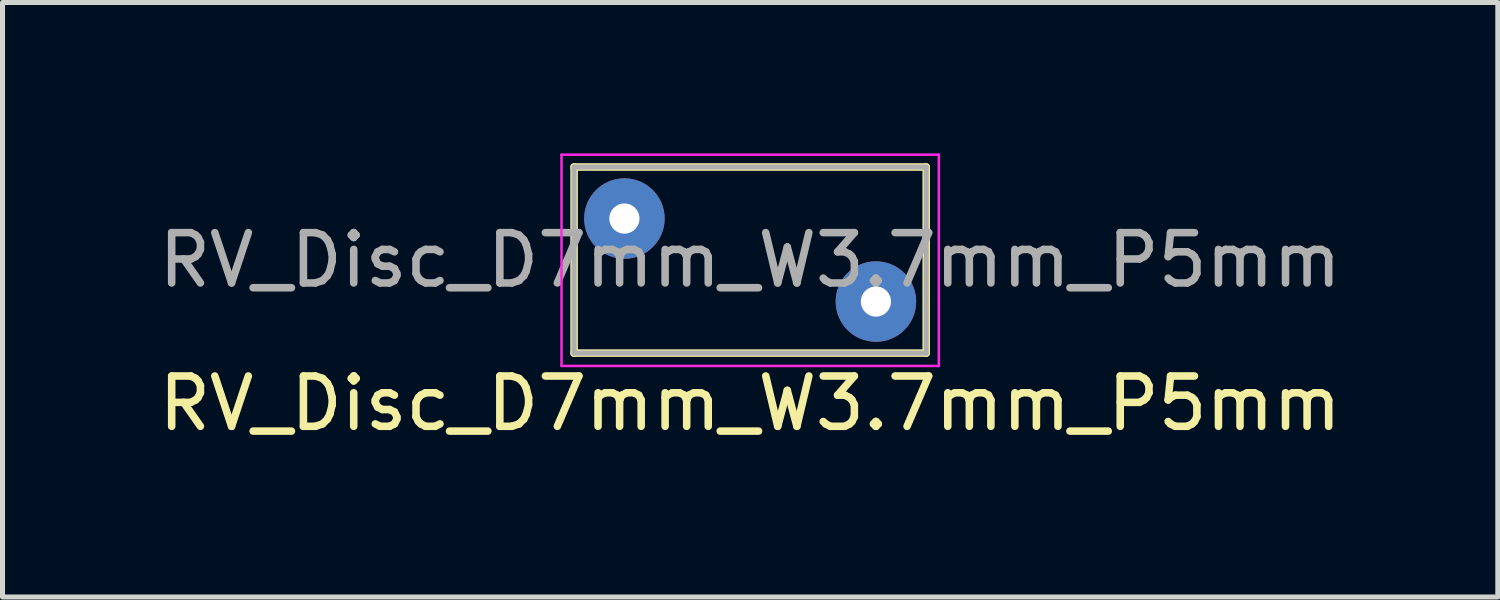
<source format=kicad_pcb>
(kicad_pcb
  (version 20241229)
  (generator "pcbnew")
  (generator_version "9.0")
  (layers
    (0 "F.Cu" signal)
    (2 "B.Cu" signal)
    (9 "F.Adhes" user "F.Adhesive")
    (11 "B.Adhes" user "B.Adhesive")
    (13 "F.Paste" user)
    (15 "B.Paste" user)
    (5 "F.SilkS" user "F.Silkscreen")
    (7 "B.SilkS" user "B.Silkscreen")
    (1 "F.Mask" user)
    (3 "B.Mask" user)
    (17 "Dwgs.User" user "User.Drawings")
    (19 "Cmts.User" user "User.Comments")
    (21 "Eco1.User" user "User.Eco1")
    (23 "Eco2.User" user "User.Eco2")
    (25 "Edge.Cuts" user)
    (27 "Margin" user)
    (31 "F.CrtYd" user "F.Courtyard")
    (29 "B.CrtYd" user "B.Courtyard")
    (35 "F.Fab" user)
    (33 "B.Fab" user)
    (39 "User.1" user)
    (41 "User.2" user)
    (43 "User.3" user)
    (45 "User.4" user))
  (footprint "RV_Disc_D7mm_W3.7mm_P5mm"
    (layer "F.Cu")
    (at 9.363 1.295)
    (property "Reference" "RV_Disc_D7mm_W3.7mm_P5mm" (at 2.5 3.675 0) (layer "F.SilkS") (effects (font (size 1 1) (thickness 0.15))))
    (attr through_hole)
    (fp_line (start -1 -1.025) (end -1 2.675) (stroke (width 0.15) (type solid)) (layer "F.SilkS"))
    (fp_line (start -1 -1.025) (end 6 -1.025) (stroke (width 0.15) (type solid)) (layer "F.SilkS"))
    (fp_line (start -1 2.675) (end 6 2.675) (stroke (width 0.15) (type solid)) (layer "F.SilkS"))
    (fp_line (start 6 -1.025) (end 6 2.675) (stroke (width 0.15) (type solid)) (layer "F.SilkS"))
    (fp_line (start -1.25 -1.27) (end -1.25 2.93) (stroke (width 0.05) (type solid)) (layer "F.CrtYd"))
    (fp_line (start -1.25 -1.27) (end 6.25 -1.27) (stroke (width 0.05) (type solid)) (layer "F.CrtYd"))
    (fp_line (start -1.25 2.93) (end 6.25 2.93) (stroke (width 0.05) (type solid)) (layer "F.CrtYd"))
    (fp_line (start 6.25 -1.27) (end 6.25 2.93) (stroke (width 0.05) (type solid)) (layer "F.CrtYd"))
    (fp_line (start -1 -1.025) (end -1 2.675) (stroke (width 0.1) (type solid)) (layer "F.Fab"))
    (fp_line (start -1 -1.025) (end 6 -1.025) (stroke (width 0.1) (type solid)) (layer "F.Fab"))
    (fp_line (start -1 2.675) (end 6 2.675) (stroke (width 0.1) (type solid)) (layer "F.Fab"))
    (fp_line (start 6 -1.025) (end 6 2.675) (stroke (width 0.1) (type solid)) (layer "F.Fab"))
    (fp_text user "${REFERENCE}" (at 2.5 0.825 0) (layer "F.Fab") (effects (font (size 1 1) (thickness 0.15))))
    (pad "1" thru_hole circle (at 0 0) (size 1.6 1.6) (drill 0.6) (layers "*.Cu" "*.Mask"))
    (pad "2" thru_hole circle (at 5 1.65) (size 1.6 1.6) (drill 0.6) (layers "*.Cu" "*.Mask")))
  (gr_rect
    (start -3 -3)
    (end 26.726 8.818)
    (stroke (width 0.1) (type default))
    (fill no)
    (layer "Edge.Cuts")))
</source>
